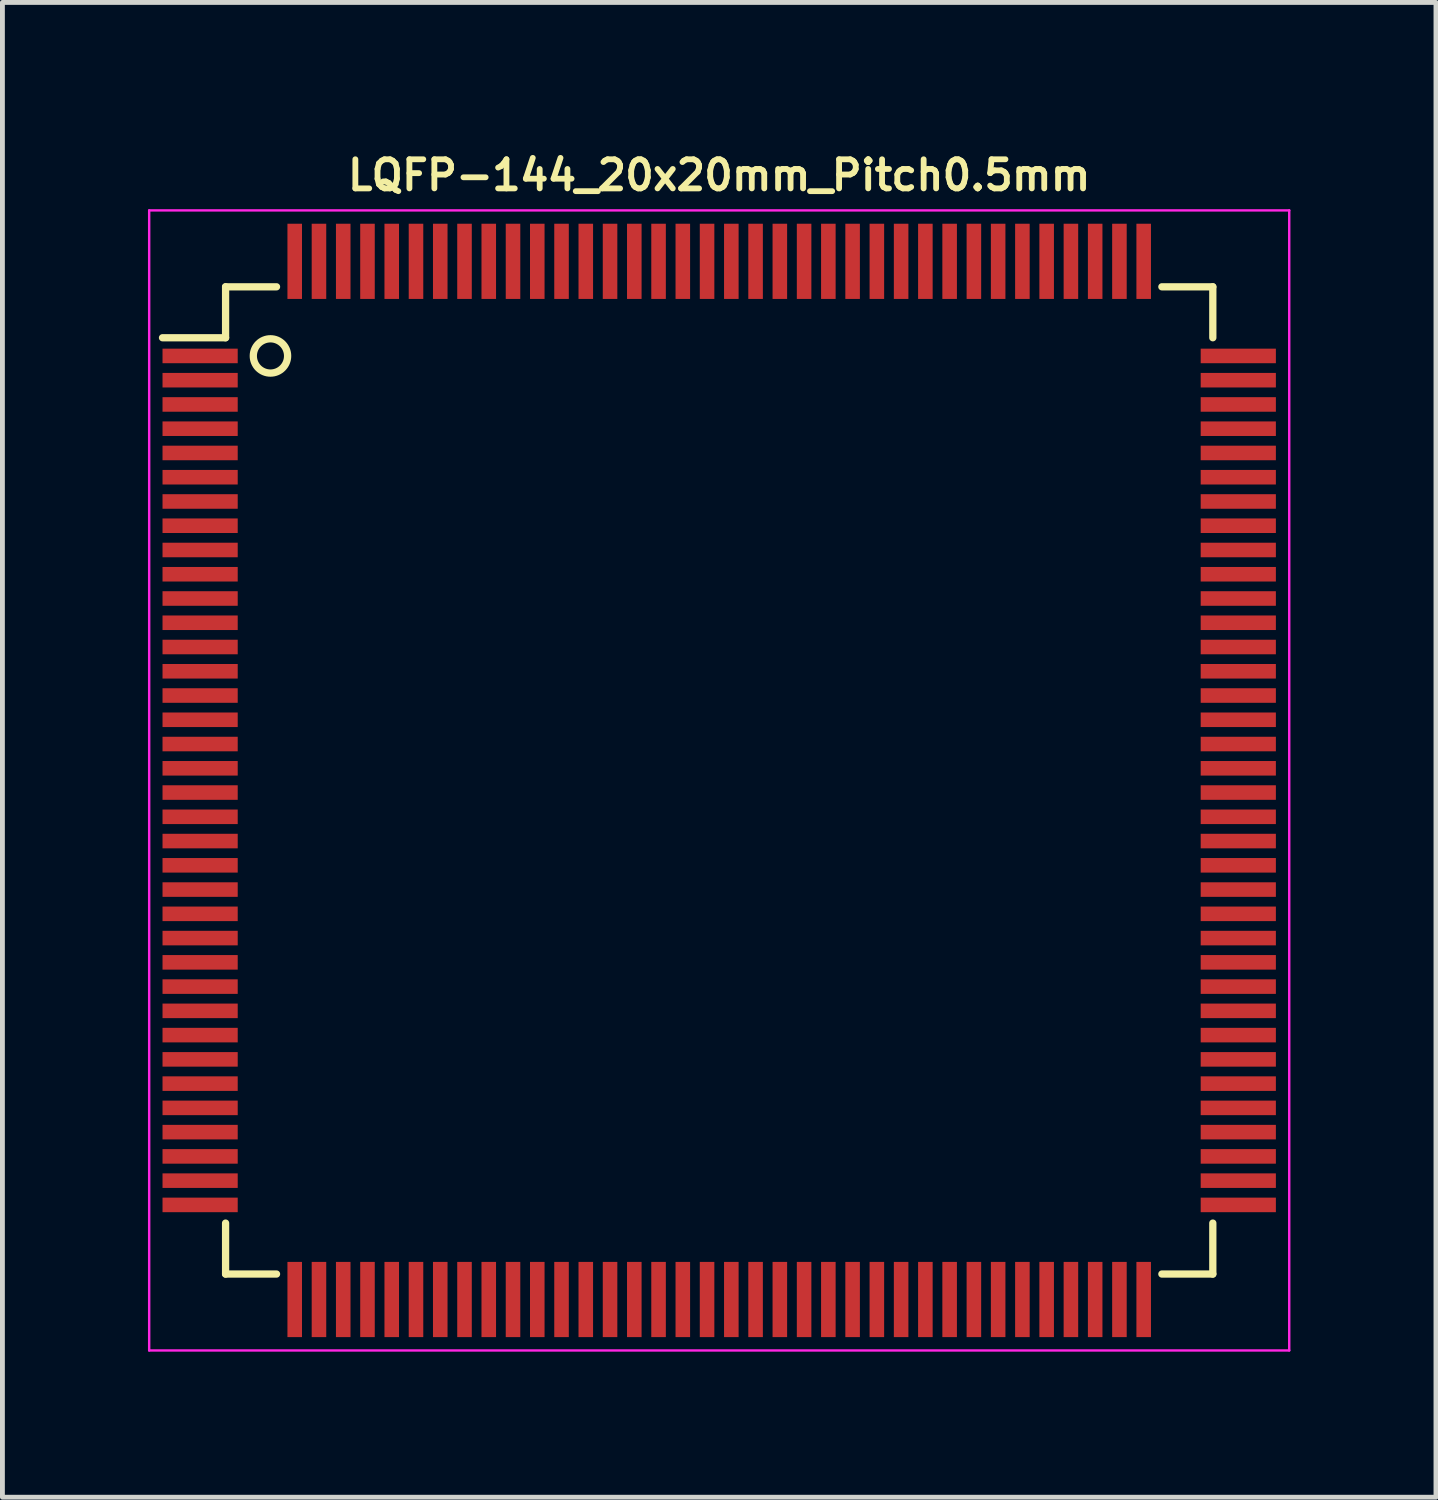
<source format=kicad_pcb>
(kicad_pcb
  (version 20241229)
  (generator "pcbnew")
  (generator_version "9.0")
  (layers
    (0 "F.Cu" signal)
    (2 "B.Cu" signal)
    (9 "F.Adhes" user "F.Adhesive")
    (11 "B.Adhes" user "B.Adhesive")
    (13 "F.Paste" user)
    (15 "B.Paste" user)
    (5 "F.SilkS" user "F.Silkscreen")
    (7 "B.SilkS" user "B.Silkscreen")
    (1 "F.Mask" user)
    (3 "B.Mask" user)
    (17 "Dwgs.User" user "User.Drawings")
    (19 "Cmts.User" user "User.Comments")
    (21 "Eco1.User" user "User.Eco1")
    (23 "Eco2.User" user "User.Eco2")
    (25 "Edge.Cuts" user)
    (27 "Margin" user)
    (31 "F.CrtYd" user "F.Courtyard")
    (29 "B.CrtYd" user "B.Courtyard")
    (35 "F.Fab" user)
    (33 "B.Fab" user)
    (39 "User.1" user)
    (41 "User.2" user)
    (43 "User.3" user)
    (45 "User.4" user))
  (footprint "LQFP-144_20x20mm_Pitch0.5mm"
    (layer "F.Cu")
    (at 11.775 13.037)
    (property "Reference" "LQFP-144_20x20mm_Pitch0.5mm" (at 0 -12.475 0) (layer "F.SilkS") (effects (font (size 0.6 0.6) (thickness 0.12))))
    (attr smd)
    (fp_line (start -10.175 -10.175) (end -10.175 -9.125) (stroke (width 0.15) (type solid)) (layer "F.SilkS"))
    (fp_line (start -10.175 -10.175) (end -9.125 -10.175) (stroke (width 0.15) (type solid)) (layer "F.SilkS"))
    (fp_line (start -10.175 -9.125) (end -11.475 -9.125) (stroke (width 0.15) (type solid)) (layer "F.SilkS"))
    (fp_line (start -10.175 10.175) (end -10.175 9.125) (stroke (width 0.15) (type solid)) (layer "F.SilkS"))
    (fp_line (start -10.175 10.175) (end -9.125 10.175) (stroke (width 0.15) (type solid)) (layer "F.SilkS"))
    (fp_line (start 10.175 -10.175) (end 9.125 -10.175) (stroke (width 0.15) (type solid)) (layer "F.SilkS"))
    (fp_line (start 10.175 -10.175) (end 10.175 -9.125) (stroke (width 0.15) (type solid)) (layer "F.SilkS"))
    (fp_line (start 10.175 10.175) (end 9.125 10.175) (stroke (width 0.15) (type solid)) (layer "F.SilkS"))
    (fp_line (start 10.175 10.175) (end 10.175 9.125) (stroke (width 0.15) (type solid)) (layer "F.SilkS"))
    (fp_circle (center -9.25 -8.75) (end -9 -8.5) (stroke (width 0.15) (type solid)) (fill no) (layer "F.SilkS"))
    (fp_line (start -11.75 -11.75) (end -11.75 11.75) (stroke (width 0.05) (type solid)) (layer "F.CrtYd"))
    (fp_line (start -11.75 -11.75) (end 11.75 -11.75) (stroke (width 0.05) (type solid)) (layer "F.CrtYd"))
    (fp_line (start -11.75 11.75) (end 11.75 11.75) (stroke (width 0.05) (type solid)) (layer "F.CrtYd"))
    (fp_line (start 11.75 -11.75) (end 11.75 11.75) (stroke (width 0.05) (type solid)) (layer "F.CrtYd"))
    (pad "1" smd rect (at -10.7 -8.75) (size 1.55 0.3) (layers "F.Cu" "F.Mask" "F.Paste"))
    (pad "2" smd rect (at -10.7 -8.25) (size 1.55 0.3) (layers "F.Cu" "F.Mask" "F.Paste"))
    (pad "3" smd rect (at -10.7 -7.75) (size 1.55 0.3) (layers "F.Cu" "F.Mask" "F.Paste"))
    (pad "4" smd rect (at -10.7 -7.25) (size 1.55 0.3) (layers "F.Cu" "F.Mask" "F.Paste"))
    (pad "5" smd rect (at -10.7 -6.75) (size 1.55 0.3) (layers "F.Cu" "F.Mask" "F.Paste"))
    (pad "6" smd rect (at -10.7 -6.25) (size 1.55 0.3) (layers "F.Cu" "F.Mask" "F.Paste"))
    (pad "7" smd rect (at -10.7 -5.75) (size 1.55 0.3) (layers "F.Cu" "F.Mask" "F.Paste"))
    (pad "8" smd rect (at -10.7 -5.25) (size 1.55 0.3) (layers "F.Cu" "F.Mask" "F.Paste"))
    (pad "9" smd rect (at -10.7 -4.75) (size 1.55 0.3) (layers "F.Cu" "F.Mask" "F.Paste"))
    (pad "10" smd rect (at -10.7 -4.25) (size 1.55 0.3) (layers "F.Cu" "F.Mask" "F.Paste"))
    (pad "11" smd rect (at -10.7 -3.75) (size 1.55 0.3) (layers "F.Cu" "F.Mask" "F.Paste"))
    (pad "12" smd rect (at -10.7 -3.25) (size 1.55 0.3) (layers "F.Cu" "F.Mask" "F.Paste"))
    (pad "13" smd rect (at -10.7 -2.75) (size 1.55 0.3) (layers "F.Cu" "F.Mask" "F.Paste"))
    (pad "14" smd rect (at -10.7 -2.25) (size 1.55 0.3) (layers "F.Cu" "F.Mask" "F.Paste"))
    (pad "15" smd rect (at -10.7 -1.75) (size 1.55 0.3) (layers "F.Cu" "F.Mask" "F.Paste"))
    (pad "16" smd rect (at -10.7 -1.25) (size 1.55 0.3) (layers "F.Cu" "F.Mask" "F.Paste"))
    (pad "17" smd rect (at -10.7 -0.75) (size 1.55 0.3) (layers "F.Cu" "F.Mask" "F.Paste"))
    (pad "18" smd rect (at -10.7 -0.25) (size 1.55 0.3) (layers "F.Cu" "F.Mask" "F.Paste"))
    (pad "19" smd rect (at -10.7 0.25) (size 1.55 0.3) (layers "F.Cu" "F.Mask" "F.Paste"))
    (pad "20" smd rect (at -10.7 0.75) (size 1.55 0.3) (layers "F.Cu" "F.Mask" "F.Paste"))
    (pad "21" smd rect (at -10.7 1.25) (size 1.55 0.3) (layers "F.Cu" "F.Mask" "F.Paste"))
    (pad "22" smd rect (at -10.7 1.75) (size 1.55 0.3) (layers "F.Cu" "F.Mask" "F.Paste"))
    (pad "23" smd rect (at -10.7 2.25) (size 1.55 0.3) (layers "F.Cu" "F.Mask" "F.Paste"))
    (pad "24" smd rect (at -10.7 2.75) (size 1.55 0.3) (layers "F.Cu" "F.Mask" "F.Paste"))
    (pad "25" smd rect (at -10.7 3.25) (size 1.55 0.3) (layers "F.Cu" "F.Mask" "F.Paste"))
    (pad "26" smd rect (at -10.7 3.75) (size 1.55 0.3) (layers "F.Cu" "F.Mask" "F.Paste"))
    (pad "27" smd rect (at -10.7 4.25) (size 1.55 0.3) (layers "F.Cu" "F.Mask" "F.Paste"))
    (pad "28" smd rect (at -10.7 4.75) (size 1.55 0.3) (layers "F.Cu" "F.Mask" "F.Paste"))
    (pad "29" smd rect (at -10.7 5.25) (size 1.55 0.3) (layers "F.Cu" "F.Mask" "F.Paste"))
    (pad "30" smd rect (at -10.7 5.75) (size 1.55 0.3) (layers "F.Cu" "F.Mask" "F.Paste"))
    (pad "31" smd rect (at -10.7 6.25) (size 1.55 0.3) (layers "F.Cu" "F.Mask" "F.Paste"))
    (pad "32" smd rect (at -10.7 6.75) (size 1.55 0.3) (layers "F.Cu" "F.Mask" "F.Paste"))
    (pad "33" smd rect (at -10.7 7.25) (size 1.55 0.3) (layers "F.Cu" "F.Mask" "F.Paste"))
    (pad "34" smd rect (at -10.7 7.75) (size 1.55 0.3) (layers "F.Cu" "F.Mask" "F.Paste"))
    (pad "35" smd rect (at -10.7 8.25) (size 1.55 0.3) (layers "F.Cu" "F.Mask" "F.Paste"))
    (pad "36" smd rect (at -10.7 8.75) (size 1.55 0.3) (layers "F.Cu" "F.Mask" "F.Paste"))
    (pad "37" smd rect (at -8.75 10.7 90) (size 1.55 0.3) (layers "F.Cu" "F.Mask" "F.Paste"))
    (pad "38" smd rect (at -8.25 10.7 90) (size 1.55 0.3) (layers "F.Cu" "F.Mask" "F.Paste"))
    (pad "39" smd rect (at -7.75 10.7 90) (size 1.55 0.3) (layers "F.Cu" "F.Mask" "F.Paste"))
    (pad "40" smd rect (at -7.25 10.7 90) (size 1.55 0.3) (layers "F.Cu" "F.Mask" "F.Paste"))
    (pad "41" smd rect (at -6.75 10.7 90) (size 1.55 0.3) (layers "F.Cu" "F.Mask" "F.Paste"))
    (pad "42" smd rect (at -6.25 10.7 90) (size 1.55 0.3) (layers "F.Cu" "F.Mask" "F.Paste"))
    (pad "43" smd rect (at -5.75 10.7 90) (size 1.55 0.3) (layers "F.Cu" "F.Mask" "F.Paste"))
    (pad "44" smd rect (at -5.25 10.7 90) (size 1.55 0.3) (layers "F.Cu" "F.Mask" "F.Paste"))
    (pad "45" smd rect (at -4.75 10.7 90) (size 1.55 0.3) (layers "F.Cu" "F.Mask" "F.Paste"))
    (pad "46" smd rect (at -4.25 10.7 90) (size 1.55 0.3) (layers "F.Cu" "F.Mask" "F.Paste"))
    (pad "47" smd rect (at -3.75 10.7 90) (size 1.55 0.3) (layers "F.Cu" "F.Mask" "F.Paste"))
    (pad "48" smd rect (at -3.25 10.7 90) (size 1.55 0.3) (layers "F.Cu" "F.Mask" "F.Paste"))
    (pad "49" smd rect (at -2.75 10.7 90) (size 1.55 0.3) (layers "F.Cu" "F.Mask" "F.Paste"))
    (pad "50" smd rect (at -2.25 10.7 90) (size 1.55 0.3) (layers "F.Cu" "F.Mask" "F.Paste"))
    (pad "51" smd rect (at -1.75 10.7 90) (size 1.55 0.3) (layers "F.Cu" "F.Mask" "F.Paste"))
    (pad "52" smd rect (at -1.25 10.7 90) (size 1.55 0.3) (layers "F.Cu" "F.Mask" "F.Paste"))
    (pad "53" smd rect (at -0.75 10.7 90) (size 1.55 0.3) (layers "F.Cu" "F.Mask" "F.Paste"))
    (pad "54" smd rect (at -0.25 10.7 90) (size 1.55 0.3) (layers "F.Cu" "F.Mask" "F.Paste"))
    (pad "55" smd rect (at 0.25 10.7 90) (size 1.55 0.3) (layers "F.Cu" "F.Mask" "F.Paste"))
    (pad "56" smd rect (at 0.75 10.7 90) (size 1.55 0.3) (layers "F.Cu" "F.Mask" "F.Paste"))
    (pad "57" smd rect (at 1.25 10.7 90) (size 1.55 0.3) (layers "F.Cu" "F.Mask" "F.Paste"))
    (pad "58" smd rect (at 1.75 10.7 90) (size 1.55 0.3) (layers "F.Cu" "F.Mask" "F.Paste"))
    (pad "59" smd rect (at 2.25 10.7 90) (size 1.55 0.3) (layers "F.Cu" "F.Mask" "F.Paste"))
    (pad "60" smd rect (at 2.75 10.7 90) (size 1.55 0.3) (layers "F.Cu" "F.Mask" "F.Paste"))
    (pad "61" smd rect (at 3.25 10.7 90) (size 1.55 0.3) (layers "F.Cu" "F.Mask" "F.Paste"))
    (pad "62" smd rect (at 3.75 10.7 90) (size 1.55 0.3) (layers "F.Cu" "F.Mask" "F.Paste"))
    (pad "63" smd rect (at 4.25 10.7 90) (size 1.55 0.3) (layers "F.Cu" "F.Mask" "F.Paste"))
    (pad "64" smd rect (at 4.75 10.7 90) (size 1.55 0.3) (layers "F.Cu" "F.Mask" "F.Paste"))
    (pad "65" smd rect (at 5.25 10.7 90) (size 1.55 0.3) (layers "F.Cu" "F.Mask" "F.Paste"))
    (pad "66" smd rect (at 5.75 10.7 90) (size 1.55 0.3) (layers "F.Cu" "F.Mask" "F.Paste"))
    (pad "67" smd rect (at 6.25 10.7 90) (size 1.55 0.3) (layers "F.Cu" "F.Mask" "F.Paste"))
    (pad "68" smd rect (at 6.75 10.7 90) (size 1.55 0.3) (layers "F.Cu" "F.Mask" "F.Paste"))
    (pad "69" smd rect (at 7.25 10.7 90) (size 1.55 0.3) (layers "F.Cu" "F.Mask" "F.Paste"))
    (pad "70" smd rect (at 7.75 10.7 90) (size 1.55 0.3) (layers "F.Cu" "F.Mask" "F.Paste"))
    (pad "71" smd rect (at 8.25 10.7 90) (size 1.55 0.3) (layers "F.Cu" "F.Mask" "F.Paste"))
    (pad "72" smd rect (at 8.75 10.7 90) (size 1.55 0.3) (layers "F.Cu" "F.Mask" "F.Paste"))
    (pad "73" smd rect (at 10.7 8.75) (size 1.55 0.3) (layers "F.Cu" "F.Mask" "F.Paste"))
    (pad "74" smd rect (at 10.7 8.25) (size 1.55 0.3) (layers "F.Cu" "F.Mask" "F.Paste"))
    (pad "75" smd rect (at 10.7 7.75) (size 1.55 0.3) (layers "F.Cu" "F.Mask" "F.Paste"))
    (pad "76" smd rect (at 10.7 7.25) (size 1.55 0.3) (layers "F.Cu" "F.Mask" "F.Paste"))
    (pad "77" smd rect (at 10.7 6.75) (size 1.55 0.3) (layers "F.Cu" "F.Mask" "F.Paste"))
    (pad "78" smd rect (at 10.7 6.25) (size 1.55 0.3) (layers "F.Cu" "F.Mask" "F.Paste"))
    (pad "79" smd rect (at 10.7 5.75) (size 1.55 0.3) (layers "F.Cu" "F.Mask" "F.Paste"))
    (pad "80" smd rect (at 10.7 5.25) (size 1.55 0.3) (layers "F.Cu" "F.Mask" "F.Paste"))
    (pad "81" smd rect (at 10.7 4.75) (size 1.55 0.3) (layers "F.Cu" "F.Mask" "F.Paste"))
    (pad "82" smd rect (at 10.7 4.25) (size 1.55 0.3) (layers "F.Cu" "F.Mask" "F.Paste"))
    (pad "83" smd rect (at 10.7 3.75) (size 1.55 0.3) (layers "F.Cu" "F.Mask" "F.Paste"))
    (pad "84" smd rect (at 10.7 3.25) (size 1.55 0.3) (layers "F.Cu" "F.Mask" "F.Paste"))
    (pad "85" smd rect (at 10.7 2.75) (size 1.55 0.3) (layers "F.Cu" "F.Mask" "F.Paste"))
    (pad "86" smd rect (at 10.7 2.25) (size 1.55 0.3) (layers "F.Cu" "F.Mask" "F.Paste"))
    (pad "87" smd rect (at 10.7 1.75) (size 1.55 0.3) (layers "F.Cu" "F.Mask" "F.Paste"))
    (pad "88" smd rect (at 10.7 1.25) (size 1.55 0.3) (layers "F.Cu" "F.Mask" "F.Paste"))
    (pad "89" smd rect (at 10.7 0.75) (size 1.55 0.3) (layers "F.Cu" "F.Mask" "F.Paste"))
    (pad "90" smd rect (at 10.7 0.25) (size 1.55 0.3) (layers "F.Cu" "F.Mask" "F.Paste"))
    (pad "91" smd rect (at 10.7 -0.25) (size 1.55 0.3) (layers "F.Cu" "F.Mask" "F.Paste"))
    (pad "92" smd rect (at 10.7 -0.75) (size 1.55 0.3) (layers "F.Cu" "F.Mask" "F.Paste"))
    (pad "93" smd rect (at 10.7 -1.25) (size 1.55 0.3) (layers "F.Cu" "F.Mask" "F.Paste"))
    (pad "94" smd rect (at 10.7 -1.75) (size 1.55 0.3) (layers "F.Cu" "F.Mask" "F.Paste"))
    (pad "95" smd rect (at 10.7 -2.25) (size 1.55 0.3) (layers "F.Cu" "F.Mask" "F.Paste"))
    (pad "96" smd rect (at 10.7 -2.75) (size 1.55 0.3) (layers "F.Cu" "F.Mask" "F.Paste"))
    (pad "97" smd rect (at 10.7 -3.25) (size 1.55 0.3) (layers "F.Cu" "F.Mask" "F.Paste"))
    (pad "98" smd rect (at 10.7 -3.75) (size 1.55 0.3) (layers "F.Cu" "F.Mask" "F.Paste"))
    (pad "99" smd rect (at 10.7 -4.25) (size 1.55 0.3) (layers "F.Cu" "F.Mask" "F.Paste"))
    (pad "100" smd rect (at 10.7 -4.75) (size 1.55 0.3) (layers "F.Cu" "F.Mask" "F.Paste"))
    (pad "101" smd rect (at 10.7 -5.25) (size 1.55 0.3) (layers "F.Cu" "F.Mask" "F.Paste"))
    (pad "102" smd rect (at 10.7 -5.75) (size 1.55 0.3) (layers "F.Cu" "F.Mask" "F.Paste"))
    (pad "103" smd rect (at 10.7 -6.25) (size 1.55 0.3) (layers "F.Cu" "F.Mask" "F.Paste"))
    (pad "104" smd rect (at 10.7 -6.75) (size 1.55 0.3) (layers "F.Cu" "F.Mask" "F.Paste"))
    (pad "105" smd rect (at 10.7 -7.25) (size 1.55 0.3) (layers "F.Cu" "F.Mask" "F.Paste"))
    (pad "106" smd rect (at 10.7 -7.75) (size 1.55 0.3) (layers "F.Cu" "F.Mask" "F.Paste"))
    (pad "107" smd rect (at 10.7 -8.25) (size 1.55 0.3) (layers "F.Cu" "F.Mask" "F.Paste"))
    (pad "108" smd rect (at 10.7 -8.75) (size 1.55 0.3) (layers "F.Cu" "F.Mask" "F.Paste"))
    (pad "109" smd rect (at 8.75 -10.7 90) (size 1.55 0.3) (layers "F.Cu" "F.Mask" "F.Paste"))
    (pad "110" smd rect (at 8.25 -10.7 90) (size 1.55 0.3) (layers "F.Cu" "F.Mask" "F.Paste"))
    (pad "111" smd rect (at 7.75 -10.7 90) (size 1.55 0.3) (layers "F.Cu" "F.Mask" "F.Paste"))
    (pad "112" smd rect (at 7.25 -10.7 90) (size 1.55 0.3) (layers "F.Cu" "F.Mask" "F.Paste"))
    (pad "113" smd rect (at 6.75 -10.7 90) (size 1.55 0.3) (layers "F.Cu" "F.Mask" "F.Paste"))
    (pad "114" smd rect (at 6.25 -10.7 90) (size 1.55 0.3) (layers "F.Cu" "F.Mask" "F.Paste"))
    (pad "115" smd rect (at 5.75 -10.7 90) (size 1.55 0.3) (layers "F.Cu" "F.Mask" "F.Paste"))
    (pad "116" smd rect (at 5.25 -10.7 90) (size 1.55 0.3) (layers "F.Cu" "F.Mask" "F.Paste"))
    (pad "117" smd rect (at 4.75 -10.7 90) (size 1.55 0.3) (layers "F.Cu" "F.Mask" "F.Paste"))
    (pad "118" smd rect (at 4.25 -10.7 90) (size 1.55 0.3) (layers "F.Cu" "F.Mask" "F.Paste"))
    (pad "119" smd rect (at 3.75 -10.7 90) (size 1.55 0.3) (layers "F.Cu" "F.Mask" "F.Paste"))
    (pad "120" smd rect (at 3.25 -10.7 90) (size 1.55 0.3) (layers "F.Cu" "F.Mask" "F.Paste"))
    (pad "121" smd rect (at 2.75 -10.7 90) (size 1.55 0.3) (layers "F.Cu" "F.Mask" "F.Paste"))
    (pad "122" smd rect (at 2.25 -10.7 90) (size 1.55 0.3) (layers "F.Cu" "F.Mask" "F.Paste"))
    (pad "123" smd rect (at 1.75 -10.7 90) (size 1.55 0.3) (layers "F.Cu" "F.Mask" "F.Paste"))
    (pad "124" smd rect (at 1.25 -10.7 90) (size 1.55 0.3) (layers "F.Cu" "F.Mask" "F.Paste"))
    (pad "125" smd rect (at 0.75 -10.7 90) (size 1.55 0.3) (layers "F.Cu" "F.Mask" "F.Paste"))
    (pad "126" smd rect (at 0.25 -10.7 90) (size 1.55 0.3) (layers "F.Cu" "F.Mask" "F.Paste"))
    (pad "127" smd rect (at -0.25 -10.7 90) (size 1.55 0.3) (layers "F.Cu" "F.Mask" "F.Paste"))
    (pad "128" smd rect (at -0.75 -10.7 90) (size 1.55 0.3) (layers "F.Cu" "F.Mask" "F.Paste"))
    (pad "129" smd rect (at -1.25 -10.7 90) (size 1.55 0.3) (layers "F.Cu" "F.Mask" "F.Paste"))
    (pad "130" smd rect (at -1.75 -10.7 90) (size 1.55 0.3) (layers "F.Cu" "F.Mask" "F.Paste"))
    (pad "131" smd rect (at -2.25 -10.7 90) (size 1.55 0.3) (layers "F.Cu" "F.Mask" "F.Paste"))
    (pad "132" smd rect (at -2.75 -10.7 90) (size 1.55 0.3) (layers "F.Cu" "F.Mask" "F.Paste"))
    (pad "133" smd rect (at -3.25 -10.7 90) (size 1.55 0.3) (layers "F.Cu" "F.Mask" "F.Paste"))
    (pad "134" smd rect (at -3.75 -10.7 90) (size 1.55 0.3) (layers "F.Cu" "F.Mask" "F.Paste"))
    (pad "135" smd rect (at -4.25 -10.7 90) (size 1.55 0.3) (layers "F.Cu" "F.Mask" "F.Paste"))
    (pad "136" smd rect (at -4.75 -10.7 90) (size 1.55 0.3) (layers "F.Cu" "F.Mask" "F.Paste"))
    (pad "137" smd rect (at -5.25 -10.7 90) (size 1.55 0.3) (layers "F.Cu" "F.Mask" "F.Paste"))
    (pad "138" smd rect (at -5.75 -10.7 90) (size 1.55 0.3) (layers "F.Cu" "F.Mask" "F.Paste"))
    (pad "139" smd rect (at -6.25 -10.7 90) (size 1.55 0.3) (layers "F.Cu" "F.Mask" "F.Paste"))
    (pad "140" smd rect (at -6.75 -10.7 90) (size 1.55 0.3) (layers "F.Cu" "F.Mask" "F.Paste"))
    (pad "141" smd rect (at -7.25 -10.7 90) (size 1.55 0.3) (layers "F.Cu" "F.Mask" "F.Paste"))
    (pad "142" smd rect (at -7.75 -10.7 90) (size 1.55 0.3) (layers "F.Cu" "F.Mask" "F.Paste"))
    (pad "143" smd rect (at -8.25 -10.7 90) (size 1.55 0.3) (layers "F.Cu" "F.Mask" "F.Paste"))
    (pad "144" smd rect (at -8.75 -10.7 90) (size 1.55 0.3) (layers "F.Cu" "F.Mask" "F.Paste")))
  (gr_rect
    (start -3 -3)
    (end 26.55 27.812)
    (stroke (width 0.1) (type default))
    (fill no)
    (layer "Edge.Cuts")))
</source>
